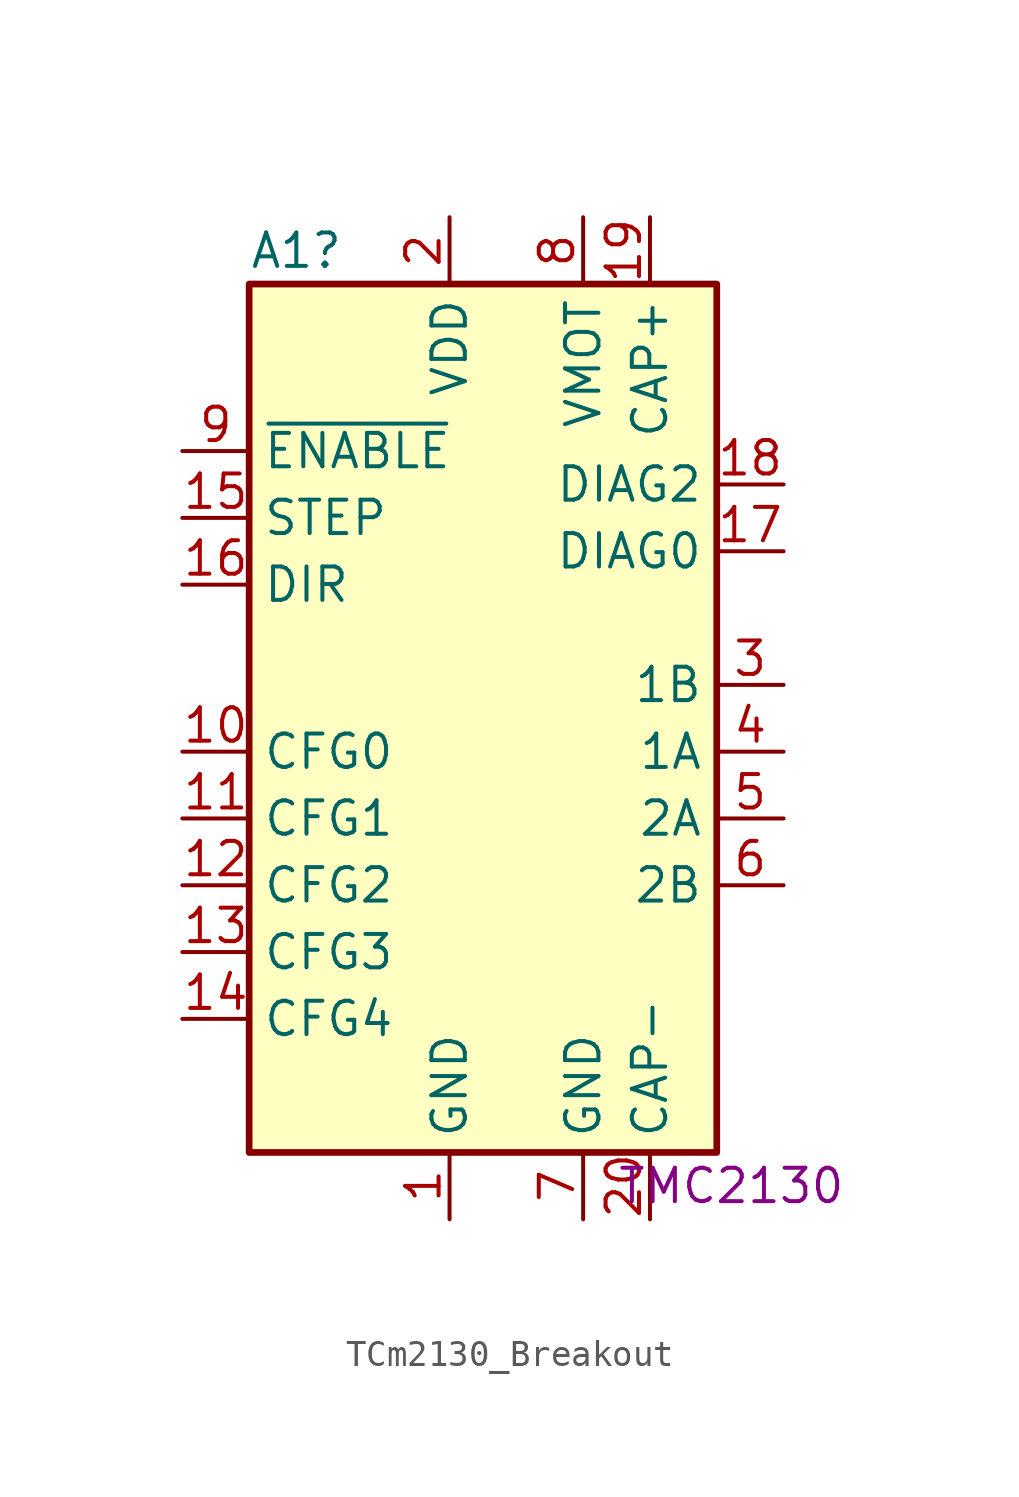
<source format=kicad_sym>
(kicad_symbol_lib
  (version 20220914)
  (generator kicad_symbol_editor)
  (symbol "TCm2130_Breakout"
    (property "Reference" "A1"
      (at -7.62 16.51 0)
      (effects (font (size 1.27 1.27)) (justify left)))
    (property "Datasheet" "TMC2130"
      (at 6.35 -19.05 0)
      (effects (font (size 1.27 1.27)) (justify left)))
    (symbol "TCm2130_Breakout_0_1"
      (rectangle (start -7.62 15.24) (end 10.16 -17.78) (stroke (width 0.254) (type default)) (fill (type background))))
    (symbol "TCm2130_Breakout_1_1"
      (pin power_in line (at 0 -20.32 90) (length 2.54) (name "GND" (effects (font (size 1.27 1.27)))) (number "1" (effects (font (size 1.27 1.27)))))
      (pin input line (at -10.16 -2.54 0) (length 2.54) (name "CFG0" (effects (font (size 1.27 1.27)))) (number "10" (effects (font (size 1.27 1.27)))))
      (pin input line (at -10.16 -5.08 0) (length 2.54) (name "CFG1" (effects (font (size 1.27 1.27)))) (number "11" (effects (font (size 1.27 1.27)))))
      (pin input line (at -10.16 -7.62 0) (length 2.54) (name "CFG2" (effects (font (size 1.27 1.27)))) (number "12" (effects (font (size 1.27 1.27)))))
      (pin input line (at -10.16 -10.16 0) (length 2.54) (name "CFG3" (effects (font (size 1.27 1.27)))) (number "13" (effects (font (size 1.27 1.27)))))
      (pin input line (at -10.16 -12.7 0) (length 2.54) (name "CFG4" (effects (font (size 1.27 1.27)))) (number "14" (effects (font (size 1.27 1.27)))))
      (pin input line (at -10.16 6.35 0) (length 2.54) (name "STEP" (effects (font (size 1.27 1.27)))) (number "15" (effects (font (size 1.27 1.27)))))
      (pin input line (at -10.16 3.81 0) (length 2.54) (name "DIR" (effects (font (size 1.27 1.27)))) (number "16" (effects (font (size 1.27 1.27)))))
      (pin bidirectional line (at 12.7 5.08 180) (length 2.54) (name "DIAG0" (effects (font (size 1.27 1.27)))) (number "17" (effects (font (size 1.27 1.27)))))
      (pin bidirectional line (at 12.7 7.62 180) (length 2.54) (name "DIAG2" (effects (font (size 1.27 1.27)))) (number "18" (effects (font (size 1.27 1.27)))))
      (pin power_in line (at 7.62 17.78 270) (length 2.54) (name "CAP+" (effects (font (size 1.27 1.27)))) (number "19" (effects (font (size 1.27 1.27)))))
      (pin power_in line (at 0 17.78 270) (length 2.54) (name "VDD" (effects (font (size 1.27 1.27)))) (number "2" (effects (font (size 1.27 1.27)))))
      (pin power_in line (at 7.62 -20.32 90) (length 2.54) (name "CAP-" (effects (font (size 1.27 1.27)))) (number "20" (effects (font (size 1.27 1.27)))))
      (pin output line (at 12.7 0 180) (length 2.54) (name "1B" (effects (font (size 1.27 1.27)))) (number "3" (effects (font (size 1.27 1.27)))))
      (pin output line (at 12.7 -2.54 180) (length 2.54) (name "1A" (effects (font (size 1.27 1.27)))) (number "4" (effects (font (size 1.27 1.27)))))
      (pin output line (at 12.7 -5.08 180) (length 2.54) (name "2A" (effects (font (size 1.27 1.27)))) (number "5" (effects (font (size 1.27 1.27)))))
      (pin output line (at 12.7 -7.62 180) (length 2.54) (name "2B" (effects (font (size 1.27 1.27)))) (number "6" (effects (font (size 1.27 1.27)))))
      (pin power_in line (at 5.08 -20.32 90) (length 2.54) (name "GND" (effects (font (size 1.27 1.27)))) (number "7" (effects (font (size 1.27 1.27)))))
      (pin power_in line (at 5.08 17.78 270) (length 2.54) (name "VMOT" (effects (font (size 1.27 1.27)))) (number "8" (effects (font (size 1.27 1.27)))))
      (pin input line (at -10.16 8.89 0) (length 2.54) (name "~{ENABLE}" (effects (font (size 1.27 1.27)))) (number "9" (effects (font (size 1.27 1.27))))))))
</source>
